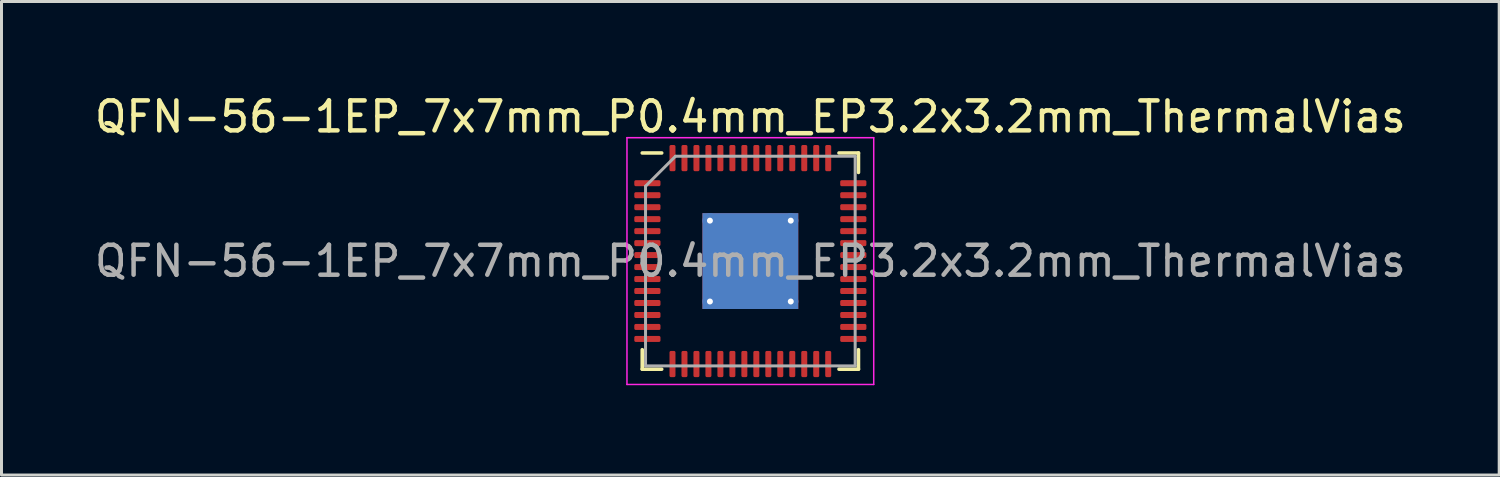
<source format=kicad_pcb>
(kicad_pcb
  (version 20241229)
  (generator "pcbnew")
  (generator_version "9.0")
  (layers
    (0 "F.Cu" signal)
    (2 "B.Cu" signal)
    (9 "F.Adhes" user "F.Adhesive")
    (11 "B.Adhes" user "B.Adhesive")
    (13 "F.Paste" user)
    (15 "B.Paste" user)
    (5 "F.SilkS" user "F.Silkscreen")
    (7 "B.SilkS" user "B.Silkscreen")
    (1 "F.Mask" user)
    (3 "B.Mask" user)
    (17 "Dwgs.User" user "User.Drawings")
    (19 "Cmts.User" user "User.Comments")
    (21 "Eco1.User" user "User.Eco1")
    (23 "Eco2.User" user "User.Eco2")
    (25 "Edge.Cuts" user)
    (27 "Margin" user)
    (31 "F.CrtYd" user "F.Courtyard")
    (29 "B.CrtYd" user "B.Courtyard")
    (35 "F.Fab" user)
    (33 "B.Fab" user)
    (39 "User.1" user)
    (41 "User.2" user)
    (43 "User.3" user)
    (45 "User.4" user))
  (footprint "QFN-56-1EP_7x7mm_P0.4mm_EP3.2x3.2mm_ThermalVias"
    (layer "F.Cu")
    (at 22.006 5.668)
    (property "Reference" "QFN-56-1EP_7x7mm_P0.4mm_EP3.2x3.2mm_ThermalVias" (at 0 -4.82 0) (layer "F.SilkS") (effects (font (size 1 1) (thickness 0.15))))
    (attr smd)
    (fp_line (start -3.61 3.61) (end -3.61 2.96) (stroke (width 0.12) (type solid)) (layer "F.SilkS"))
    (fp_line (start -2.96 -3.61) (end -3.61 -3.61) (stroke (width 0.12) (type solid)) (layer "F.SilkS"))
    (fp_line (start -2.96 3.61) (end -3.61 3.61) (stroke (width 0.12) (type solid)) (layer "F.SilkS"))
    (fp_line (start 2.96 -3.61) (end 3.61 -3.61) (stroke (width 0.12) (type solid)) (layer "F.SilkS"))
    (fp_line (start 2.96 3.61) (end 3.61 3.61) (stroke (width 0.12) (type solid)) (layer "F.SilkS"))
    (fp_line (start 3.61 -3.61) (end 3.61 -2.96) (stroke (width 0.12) (type solid)) (layer "F.SilkS"))
    (fp_line (start 3.61 3.61) (end 3.61 2.96) (stroke (width 0.12) (type solid)) (layer "F.SilkS"))
    (fp_line (start -4.12 -4.12) (end -4.12 4.12) (stroke (width 0.05) (type solid)) (layer "F.CrtYd"))
    (fp_line (start -4.12 4.12) (end 4.12 4.12) (stroke (width 0.05) (type solid)) (layer "F.CrtYd"))
    (fp_line (start 4.12 -4.12) (end -4.12 -4.12) (stroke (width 0.05) (type solid)) (layer "F.CrtYd"))
    (fp_line (start 4.12 4.12) (end 4.12 -4.12) (stroke (width 0.05) (type solid)) (layer "F.CrtYd"))
    (fp_line (start -3.5 -2.5) (end -2.5 -3.5) (stroke (width 0.1) (type solid)) (layer "F.Fab"))
    (fp_line (start -3.5 3.5) (end -3.5 -2.5) (stroke (width 0.1) (type solid)) (layer "F.Fab"))
    (fp_line (start -2.5 -3.5) (end 3.5 -3.5) (stroke (width 0.1) (type solid)) (layer "F.Fab"))
    (fp_line (start 3.5 -3.5) (end 3.5 3.5) (stroke (width 0.1) (type solid)) (layer "F.Fab"))
    (fp_line (start 3.5 3.5) (end -3.5 3.5) (stroke (width 0.1) (type solid)) (layer "F.Fab"))
    (fp_text user "${REFERENCE}" (at 0 0 0) (layer "F.Fab") (effects (font (size 1 1) (thickness 0.15))))
    (pad "" smd custom (at -0.675 -0.675) (size 1.118 1.118) (layers "F.Paste") (options (anchor circle)) (primitives (gr_poly (pts (xy -0.498 -0.397) (xy -0.397 -0.498) (xy 0.498 -0.498) (xy 0.498 0.498) (xy -0.498 0.498)) (width 0.244) (fill yes))))
    (pad "" smd custom (at -0.675 0.675) (size 1.118 1.118) (layers "F.Paste") (options (anchor circle)) (primitives (gr_poly (pts (xy -0.498 -0.498) (xy 0.498 -0.498) (xy 0.498 0.498) (xy -0.397 0.498) (xy -0.498 0.397)) (width 0.244) (fill yes))))
    (pad "" smd custom (at 0.675 -0.675) (size 1.118 1.118) (layers "F.Paste") (options (anchor circle)) (primitives (gr_poly (pts (xy -0.498 -0.498) (xy 0.397 -0.498) (xy 0.498 -0.397) (xy 0.498 0.498) (xy -0.498 0.498)) (width 0.244) (fill yes))))
    (pad "" smd custom (at 0.675 0.675) (size 1.118 1.118) (layers "F.Paste") (options (anchor circle)) (primitives (gr_poly (pts (xy -0.498 -0.498) (xy 0.498 -0.498) (xy 0.498 0.397) (xy 0.397 0.498) (xy -0.498 0.498)) (width 0.244) (fill yes))))
    (pad "1" smd roundrect (at -3.438 -2.6) (size 0.875 0.2) (layers "F.Cu" "F.Mask" "F.Paste") (roundrect_rratio 0.25))
    (pad "2" smd roundrect (at -3.438 -2.2) (size 0.875 0.2) (layers "F.Cu" "F.Mask" "F.Paste") (roundrect_rratio 0.25))
    (pad "3" smd roundrect (at -3.438 -1.8) (size 0.875 0.2) (layers "F.Cu" "F.Mask" "F.Paste") (roundrect_rratio 0.25))
    (pad "4" smd roundrect (at -3.438 -1.4) (size 0.875 0.2) (layers "F.Cu" "F.Mask" "F.Paste") (roundrect_rratio 0.25))
    (pad "5" smd roundrect (at -3.438 -1) (size 0.875 0.2) (layers "F.Cu" "F.Mask" "F.Paste") (roundrect_rratio 0.25))
    (pad "6" smd roundrect (at -3.438 -0.6) (size 0.875 0.2) (layers "F.Cu" "F.Mask" "F.Paste") (roundrect_rratio 0.25))
    (pad "7" smd roundrect (at -3.438 -0.2) (size 0.875 0.2) (layers "F.Cu" "F.Mask" "F.Paste") (roundrect_rratio 0.25))
    (pad "8" smd roundrect (at -3.438 0.2) (size 0.875 0.2) (layers "F.Cu" "F.Mask" "F.Paste") (roundrect_rratio 0.25))
    (pad "9" smd roundrect (at -3.438 0.6) (size 0.875 0.2) (layers "F.Cu" "F.Mask" "F.Paste") (roundrect_rratio 0.25))
    (pad "10" smd roundrect (at -3.438 1) (size 0.875 0.2) (layers "F.Cu" "F.Mask" "F.Paste") (roundrect_rratio 0.25))
    (pad "11" smd roundrect (at -3.438 1.4) (size 0.875 0.2) (layers "F.Cu" "F.Mask" "F.Paste") (roundrect_rratio 0.25))
    (pad "12" smd roundrect (at -3.438 1.8) (size 0.875 0.2) (layers "F.Cu" "F.Mask" "F.Paste") (roundrect_rratio 0.25))
    (pad "13" smd roundrect (at -3.438 2.2) (size 0.875 0.2) (layers "F.Cu" "F.Mask" "F.Paste") (roundrect_rratio 0.25))
    (pad "14" smd roundrect (at -3.438 2.6) (size 0.875 0.2) (layers "F.Cu" "F.Mask" "F.Paste") (roundrect_rratio 0.25))
    (pad "15" smd roundrect (at -2.6 3.438) (size 0.2 0.875) (layers "F.Cu" "F.Mask" "F.Paste") (roundrect_rratio 0.25))
    (pad "16" smd roundrect (at -2.2 3.438) (size 0.2 0.875) (layers "F.Cu" "F.Mask" "F.Paste") (roundrect_rratio 0.25))
    (pad "17" smd roundrect (at -1.8 3.438) (size 0.2 0.875) (layers "F.Cu" "F.Mask" "F.Paste") (roundrect_rratio 0.25))
    (pad "18" smd roundrect (at -1.4 3.438) (size 0.2 0.875) (layers "F.Cu" "F.Mask" "F.Paste") (roundrect_rratio 0.25))
    (pad "19" smd roundrect (at -1 3.438) (size 0.2 0.875) (layers "F.Cu" "F.Mask" "F.Paste") (roundrect_rratio 0.25))
    (pad "20" smd roundrect (at -0.6 3.438) (size 0.2 0.875) (layers "F.Cu" "F.Mask" "F.Paste") (roundrect_rratio 0.25))
    (pad "21" smd roundrect (at -0.2 3.438) (size 0.2 0.875) (layers "F.Cu" "F.Mask" "F.Paste") (roundrect_rratio 0.25))
    (pad "22" smd roundrect (at 0.2 3.438) (size 0.2 0.875) (layers "F.Cu" "F.Mask" "F.Paste") (roundrect_rratio 0.25))
    (pad "23" smd roundrect (at 0.6 3.438) (size 0.2 0.875) (layers "F.Cu" "F.Mask" "F.Paste") (roundrect_rratio 0.25))
    (pad "24" smd roundrect (at 1 3.438) (size 0.2 0.875) (layers "F.Cu" "F.Mask" "F.Paste") (roundrect_rratio 0.25))
    (pad "25" smd roundrect (at 1.4 3.438) (size 0.2 0.875) (layers "F.Cu" "F.Mask" "F.Paste") (roundrect_rratio 0.25))
    (pad "26" smd roundrect (at 1.8 3.438) (size 0.2 0.875) (layers "F.Cu" "F.Mask" "F.Paste") (roundrect_rratio 0.25))
    (pad "27" smd roundrect (at 2.2 3.438) (size 0.2 0.875) (layers "F.Cu" "F.Mask" "F.Paste") (roundrect_rratio 0.25))
    (pad "28" smd roundrect (at 2.6 3.438) (size 0.2 0.875) (layers "F.Cu" "F.Mask" "F.Paste") (roundrect_rratio 0.25))
    (pad "29" smd roundrect (at 3.438 2.6) (size 0.875 0.2) (layers "F.Cu" "F.Mask" "F.Paste") (roundrect_rratio 0.25))
    (pad "30" smd roundrect (at 3.438 2.2) (size 0.875 0.2) (layers "F.Cu" "F.Mask" "F.Paste") (roundrect_rratio 0.25))
    (pad "31" smd roundrect (at 3.438 1.8) (size 0.875 0.2) (layers "F.Cu" "F.Mask" "F.Paste") (roundrect_rratio 0.25))
    (pad "32" smd roundrect (at 3.438 1.4) (size 0.875 0.2) (layers "F.Cu" "F.Mask" "F.Paste") (roundrect_rratio 0.25))
    (pad "33" smd roundrect (at 3.438 1) (size 0.875 0.2) (layers "F.Cu" "F.Mask" "F.Paste") (roundrect_rratio 0.25))
    (pad "34" smd roundrect (at 3.438 0.6) (size 0.875 0.2) (layers "F.Cu" "F.Mask" "F.Paste") (roundrect_rratio 0.25))
    (pad "35" smd roundrect (at 3.438 0.2) (size 0.875 0.2) (layers "F.Cu" "F.Mask" "F.Paste") (roundrect_rratio 0.25))
    (pad "36" smd roundrect (at 3.438 -0.2) (size 0.875 0.2) (layers "F.Cu" "F.Mask" "F.Paste") (roundrect_rratio 0.25))
    (pad "37" smd roundrect (at 3.438 -0.6) (size 0.875 0.2) (layers "F.Cu" "F.Mask" "F.Paste") (roundrect_rratio 0.25))
    (pad "38" smd roundrect (at 3.438 -1) (size 0.875 0.2) (layers "F.Cu" "F.Mask" "F.Paste") (roundrect_rratio 0.25))
    (pad "39" smd roundrect (at 3.438 -1.4) (size 0.875 0.2) (layers "F.Cu" "F.Mask" "F.Paste") (roundrect_rratio 0.25))
    (pad "40" smd roundrect (at 3.438 -1.8) (size 0.875 0.2) (layers "F.Cu" "F.Mask" "F.Paste") (roundrect_rratio 0.25))
    (pad "41" smd roundrect (at 3.438 -2.2) (size 0.875 0.2) (layers "F.Cu" "F.Mask" "F.Paste") (roundrect_rratio 0.25))
    (pad "42" smd roundrect (at 3.438 -2.6) (size 0.875 0.2) (layers "F.Cu" "F.Mask" "F.Paste") (roundrect_rratio 0.25))
    (pad "43" smd roundrect (at 2.6 -3.438) (size 0.2 0.875) (layers "F.Cu" "F.Mask" "F.Paste") (roundrect_rratio 0.25))
    (pad "44" smd roundrect (at 2.2 -3.438) (size 0.2 0.875) (layers "F.Cu" "F.Mask" "F.Paste") (roundrect_rratio 0.25))
    (pad "45" smd roundrect (at 1.8 -3.438) (size 0.2 0.875) (layers "F.Cu" "F.Mask" "F.Paste") (roundrect_rratio 0.25))
    (pad "46" smd roundrect (at 1.4 -3.438) (size 0.2 0.875) (layers "F.Cu" "F.Mask" "F.Paste") (roundrect_rratio 0.25))
    (pad "47" smd roundrect (at 1 -3.438) (size 0.2 0.875) (layers "F.Cu" "F.Mask" "F.Paste") (roundrect_rratio 0.25))
    (pad "48" smd roundrect (at 0.6 -3.438) (size 0.2 0.875) (layers "F.Cu" "F.Mask" "F.Paste") (roundrect_rratio 0.25))
    (pad "49" smd roundrect (at 0.2 -3.438) (size 0.2 0.875) (layers "F.Cu" "F.Mask" "F.Paste") (roundrect_rratio 0.25))
    (pad "50" smd roundrect (at -0.2 -3.438) (size 0.2 0.875) (layers "F.Cu" "F.Mask" "F.Paste") (roundrect_rratio 0.25))
    (pad "51" smd roundrect (at -0.6 -3.438) (size 0.2 0.875) (layers "F.Cu" "F.Mask" "F.Paste") (roundrect_rratio 0.25))
    (pad "52" smd roundrect (at -1 -3.438) (size 0.2 0.875) (layers "F.Cu" "F.Mask" "F.Paste") (roundrect_rratio 0.25))
    (pad "53" smd roundrect (at -1.4 -3.438) (size 0.2 0.875) (layers "F.Cu" "F.Mask" "F.Paste") (roundrect_rratio 0.25))
    (pad "54" smd roundrect (at -1.8 -3.438) (size 0.2 0.875) (layers "F.Cu" "F.Mask" "F.Paste") (roundrect_rratio 0.25))
    (pad "55" smd roundrect (at -2.2 -3.438) (size 0.2 0.875) (layers "F.Cu" "F.Mask" "F.Paste") (roundrect_rratio 0.25))
    (pad "56" smd roundrect (at -2.6 -3.438) (size 0.2 0.875) (layers "F.Cu" "F.Mask" "F.Paste") (roundrect_rratio 0.25))
    (pad "57" thru_hole circle (at -1.35 -1.35) (size 0.5 0.5) (drill 0.2) (layers "*.Cu"))
    (pad "57" thru_hole circle (at -1.35 1.35) (size 0.5 0.5) (drill 0.2) (layers "*.Cu"))
    (pad "57" smd rect (at 0 0) (size 3.2 3.2) (layers "F.Cu" "F.Mask"))
    (pad "57" smd rect (at 0 0) (size 3.2 3.2) (layers "B.Cu"))
    (pad "57" thru_hole circle (at 1.35 -1.35) (size 0.5 0.5) (drill 0.2) (layers "*.Cu"))
    (pad "57" thru_hole circle (at 1.35 1.35) (size 0.5 0.5) (drill 0.2) (layers "*.Cu")))
  (gr_rect
    (start -3 -3)
    (end 47.012 12.813)
    (stroke (width 0.1) (type default))
    (fill no)
    (layer "Edge.Cuts")))
</source>
